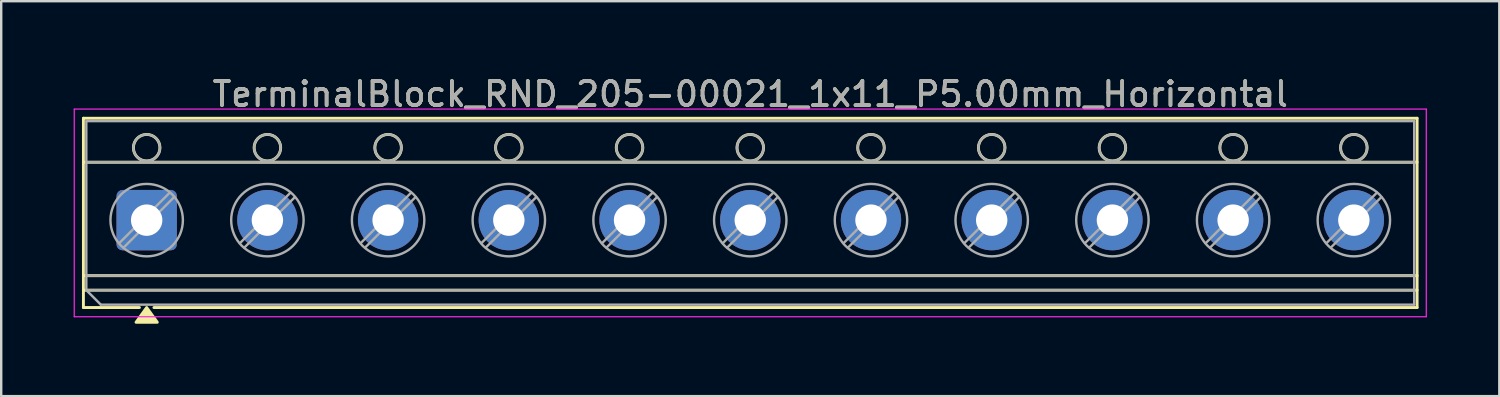
<source format=kicad_pcb>
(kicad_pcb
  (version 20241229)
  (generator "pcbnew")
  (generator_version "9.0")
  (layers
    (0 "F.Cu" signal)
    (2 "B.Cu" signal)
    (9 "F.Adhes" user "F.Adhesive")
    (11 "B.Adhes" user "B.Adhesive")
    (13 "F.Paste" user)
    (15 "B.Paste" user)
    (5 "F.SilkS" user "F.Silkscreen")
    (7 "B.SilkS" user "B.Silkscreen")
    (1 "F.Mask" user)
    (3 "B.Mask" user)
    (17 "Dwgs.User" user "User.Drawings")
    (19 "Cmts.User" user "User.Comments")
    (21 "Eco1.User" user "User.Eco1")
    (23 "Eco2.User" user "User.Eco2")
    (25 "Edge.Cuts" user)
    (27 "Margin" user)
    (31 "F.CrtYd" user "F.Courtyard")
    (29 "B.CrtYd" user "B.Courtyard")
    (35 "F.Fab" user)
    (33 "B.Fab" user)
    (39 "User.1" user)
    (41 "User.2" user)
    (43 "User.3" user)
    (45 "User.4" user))
  (footprint "TerminalBlock_RND_205-00021_1x11_P5.00mm_Horizontal"
    (layer "F.Cu")
    (at 3.025 6.068)
    (property "Reference" "TerminalBlock_RND_205-00021_1x11_P5.00mm_Horizontal" (at 25 -5.22 0) (layer "F.SilkS") (effects (font (size 1 1) (thickness 0.15))))
    (attr through_hole)
    (fp_line (start -2.62 -4.22) (end -2.62 3.62) (stroke (width 0.12) (type solid)) (layer "F.SilkS"))
    (fp_line (start -2.62 -4.22) (end 52.62 -4.22) (stroke (width 0.12) (type solid)) (layer "F.SilkS"))
    (fp_line (start -2.62 -2.4) (end 52.62 -2.4) (stroke (width 0.12) (type solid)) (layer "F.SilkS"))
    (fp_line (start -2.62 2.3) (end 52.62 2.3) (stroke (width 0.12) (type solid)) (layer "F.SilkS"))
    (fp_line (start -2.62 2.9) (end 52.62 2.9) (stroke (width 0.12) (type solid)) (layer "F.SilkS"))
    (fp_line (start -2.62 3.62) (end -0.3 3.62) (stroke (width 0.12) (type solid)) (layer "F.SilkS"))
    (fp_line (start 0.3 3.62) (end 52.62 3.62) (stroke (width 0.12) (type solid)) (layer "F.SilkS"))
    (fp_line (start 52.62 -4.22) (end 52.62 3.62) (stroke (width 0.12) (type solid)) (layer "F.SilkS"))
    (fp_circle (center 0 -3) (end 0.55 -3) (stroke (width 0.12) (type solid)) (fill no) (layer "F.SilkS"))
    (fp_circle (center 5 -3) (end 5.55 -3) (stroke (width 0.12) (type solid)) (fill no) (layer "F.SilkS"))
    (fp_circle (center 10 -3) (end 10.55 -3) (stroke (width 0.12) (type solid)) (fill no) (layer "F.SilkS"))
    (fp_circle (center 15 -3) (end 15.55 -3) (stroke (width 0.12) (type solid)) (fill no) (layer "F.SilkS"))
    (fp_circle (center 20 -3) (end 20.55 -3) (stroke (width 0.12) (type solid)) (fill no) (layer "F.SilkS"))
    (fp_circle (center 25 -3) (end 25.55 -3) (stroke (width 0.12) (type solid)) (fill no) (layer "F.SilkS"))
    (fp_circle (center 30 -3) (end 30.55 -3) (stroke (width 0.12) (type solid)) (fill no) (layer "F.SilkS"))
    (fp_circle (center 35 -3) (end 35.55 -3) (stroke (width 0.12) (type solid)) (fill no) (layer "F.SilkS"))
    (fp_circle (center 40 -3) (end 40.55 -3) (stroke (width 0.12) (type solid)) (fill no) (layer "F.SilkS"))
    (fp_circle (center 45 -3) (end 45.55 -3) (stroke (width 0.12) (type solid)) (fill no) (layer "F.SilkS"))
    (fp_circle (center 50 -3) (end 50.55 -3) (stroke (width 0.12) (type solid)) (fill no) (layer "F.SilkS"))
    (fp_poly (pts (xy 0 3.62) (xy 0.44 4.23) (xy -0.44 4.23)) (stroke (width 0.12) (type solid)) (fill yes) (layer "F.SilkS"))
    (fp_line (start -3 -4.6) (end -3 4) (stroke (width 0.05) (type solid)) (layer "F.CrtYd"))
    (fp_line (start -3 4) (end 53 4) (stroke (width 0.05) (type solid)) (layer "F.CrtYd"))
    (fp_line (start 53 -4.6) (end -3 -4.6) (stroke (width 0.05) (type solid)) (layer "F.CrtYd"))
    (fp_line (start 53 4) (end 53 -4.6) (stroke (width 0.05) (type solid)) (layer "F.CrtYd"))
    (fp_line (start -2.5 -4.1) (end 52.5 -4.1) (stroke (width 0.1) (type solid)) (layer "F.Fab"))
    (fp_line (start -2.5 -2.4) (end 52.5 -2.4) (stroke (width 0.1) (type solid)) (layer "F.Fab"))
    (fp_line (start -2.5 2.3) (end 52.5 2.3) (stroke (width 0.1) (type solid)) (layer "F.Fab"))
    (fp_line (start -2.5 2.9) (end -2.5 -4.1) (stroke (width 0.1) (type solid)) (layer "F.Fab"))
    (fp_line (start -2.5 2.9) (end 52.5 2.9) (stroke (width 0.1) (type solid)) (layer "F.Fab"))
    (fp_line (start -1.9 3.5) (end -2.5 2.9) (stroke (width 0.1) (type solid)) (layer "F.Fab"))
    (fp_line (start 0.955 -1.138) (end -1.138 0.954) (stroke (width 0.1) (type solid)) (layer "F.Fab"))
    (fp_line (start 1.138 -0.954) (end -0.955 1.137) (stroke (width 0.1) (type solid)) (layer "F.Fab"))
    (fp_line (start 5.955 -1.138) (end 3.862 0.954) (stroke (width 0.1) (type solid)) (layer "F.Fab"))
    (fp_line (start 6.138 -0.954) (end 4.045 1.137) (stroke (width 0.1) (type solid)) (layer "F.Fab"))
    (fp_line (start 10.955 -1.138) (end 8.862 0.954) (stroke (width 0.1) (type solid)) (layer "F.Fab"))
    (fp_line (start 11.138 -0.954) (end 9.045 1.137) (stroke (width 0.1) (type solid)) (layer "F.Fab"))
    (fp_line (start 15.955 -1.138) (end 13.862 0.954) (stroke (width 0.1) (type solid)) (layer "F.Fab"))
    (fp_line (start 16.138 -0.954) (end 14.045 1.137) (stroke (width 0.1) (type solid)) (layer "F.Fab"))
    (fp_line (start 20.955 -1.138) (end 18.862 0.954) (stroke (width 0.1) (type solid)) (layer "F.Fab"))
    (fp_line (start 21.138 -0.954) (end 19.045 1.137) (stroke (width 0.1) (type solid)) (layer "F.Fab"))
    (fp_line (start 25.955 -1.138) (end 23.862 0.954) (stroke (width 0.1) (type solid)) (layer "F.Fab"))
    (fp_line (start 26.138 -0.954) (end 24.045 1.137) (stroke (width 0.1) (type solid)) (layer "F.Fab"))
    (fp_line (start 30.955 -1.138) (end 28.862 0.954) (stroke (width 0.1) (type solid)) (layer "F.Fab"))
    (fp_line (start 31.138 -0.954) (end 29.045 1.137) (stroke (width 0.1) (type solid)) (layer "F.Fab"))
    (fp_line (start 35.955 -1.138) (end 33.862 0.954) (stroke (width 0.1) (type solid)) (layer "F.Fab"))
    (fp_line (start 36.138 -0.954) (end 34.045 1.137) (stroke (width 0.1) (type solid)) (layer "F.Fab"))
    (fp_line (start 40.955 -1.138) (end 38.862 0.954) (stroke (width 0.1) (type solid)) (layer "F.Fab"))
    (fp_line (start 41.138 -0.954) (end 39.045 1.137) (stroke (width 0.1) (type solid)) (layer "F.Fab"))
    (fp_line (start 45.955 -1.138) (end 43.862 0.954) (stroke (width 0.1) (type solid)) (layer "F.Fab"))
    (fp_line (start 46.138 -0.954) (end 44.045 1.137) (stroke (width 0.1) (type solid)) (layer "F.Fab"))
    (fp_line (start 50.955 -1.138) (end 48.862 0.954) (stroke (width 0.1) (type solid)) (layer "F.Fab"))
    (fp_line (start 51.138 -0.954) (end 49.045 1.137) (stroke (width 0.1) (type solid)) (layer "F.Fab"))
    (fp_line (start 52.5 -4.1) (end 52.5 3.5) (stroke (width 0.1) (type solid)) (layer "F.Fab"))
    (fp_line (start 52.5 3.5) (end -1.9 3.5) (stroke (width 0.1) (type solid)) (layer "F.Fab"))
    (fp_circle (center 0 -3) (end 0.55 -3) (stroke (width 0.1) (type solid)) (fill no) (layer "F.Fab"))
    (fp_circle (center 0 0) (end 1.5 0) (stroke (width 0.1) (type solid)) (fill no) (layer "F.Fab"))
    (fp_circle (center 5 -3) (end 5.55 -3) (stroke (width 0.1) (type solid)) (fill no) (layer "F.Fab"))
    (fp_circle (center 5 0) (end 6.5 0) (stroke (width 0.1) (type solid)) (fill no) (layer "F.Fab"))
    (fp_circle (center 10 -3) (end 10.55 -3) (stroke (width 0.1) (type solid)) (fill no) (layer "F.Fab"))
    (fp_circle (center 10 0) (end 11.5 0) (stroke (width 0.1) (type solid)) (fill no) (layer "F.Fab"))
    (fp_circle (center 15 -3) (end 15.55 -3) (stroke (width 0.1) (type solid)) (fill no) (layer "F.Fab"))
    (fp_circle (center 15 0) (end 16.5 0) (stroke (width 0.1) (type solid)) (fill no) (layer "F.Fab"))
    (fp_circle (center 20 -3) (end 20.55 -3) (stroke (width 0.1) (type solid)) (fill no) (layer "F.Fab"))
    (fp_circle (center 20 0) (end 21.5 0) (stroke (width 0.1) (type solid)) (fill no) (layer "F.Fab"))
    (fp_circle (center 25 -3) (end 25.55 -3) (stroke (width 0.1) (type solid)) (fill no) (layer "F.Fab"))
    (fp_circle (center 25 0) (end 26.5 0) (stroke (width 0.1) (type solid)) (fill no) (layer "F.Fab"))
    (fp_circle (center 30 -3) (end 30.55 -3) (stroke (width 0.1) (type solid)) (fill no) (layer "F.Fab"))
    (fp_circle (center 30 0) (end 31.5 0) (stroke (width 0.1) (type solid)) (fill no) (layer "F.Fab"))
    (fp_circle (center 35 -3) (end 35.55 -3) (stroke (width 0.1) (type solid)) (fill no) (layer "F.Fab"))
    (fp_circle (center 35 0) (end 36.5 0) (stroke (width 0.1) (type solid)) (fill no) (layer "F.Fab"))
    (fp_circle (center 40 -3) (end 40.55 -3) (stroke (width 0.1) (type solid)) (fill no) (layer "F.Fab"))
    (fp_circle (center 40 0) (end 41.5 0) (stroke (width 0.1) (type solid)) (fill no) (layer "F.Fab"))
    (fp_circle (center 45 -3) (end 45.55 -3) (stroke (width 0.1) (type solid)) (fill no) (layer "F.Fab"))
    (fp_circle (center 45 0) (end 46.5 0) (stroke (width 0.1) (type solid)) (fill no) (layer "F.Fab"))
    (fp_circle (center 50 -3) (end 50.55 -3) (stroke (width 0.1) (type solid)) (fill no) (layer "F.Fab"))
    (fp_circle (center 50 0) (end 51.5 0) (stroke (width 0.1) (type solid)) (fill no) (layer "F.Fab"))
    (fp_text user "${REFERENCE}" (at 25 -5.22 0) (layer "F.Fab") (effects (font (size 1 1) (thickness 0.15))))
    (pad "1" thru_hole roundrect (at 0 0) (size 2.5 2.5) (drill 1.3) (layers "*.Cu" "*.Mask") (roundrect_rratio 0.1))
    (pad "2" thru_hole circle (at 5 0) (size 2.5 2.5) (drill 1.3) (layers "*.Cu" "*.Mask"))
    (pad "3" thru_hole circle (at 10 0) (size 2.5 2.5) (drill 1.3) (layers "*.Cu" "*.Mask"))
    (pad "4" thru_hole circle (at 15 0) (size 2.5 2.5) (drill 1.3) (layers "*.Cu" "*.Mask"))
    (pad "5" thru_hole circle (at 20 0) (size 2.5 2.5) (drill 1.3) (layers "*.Cu" "*.Mask"))
    (pad "6" thru_hole circle (at 25 0) (size 2.5 2.5) (drill 1.3) (layers "*.Cu" "*.Mask"))
    (pad "7" thru_hole circle (at 30 0) (size 2.5 2.5) (drill 1.3) (layers "*.Cu" "*.Mask"))
    (pad "8" thru_hole circle (at 35 0) (size 2.5 2.5) (drill 1.3) (layers "*.Cu" "*.Mask"))
    (pad "9" thru_hole circle (at 40 0) (size 2.5 2.5) (drill 1.3) (layers "*.Cu" "*.Mask"))
    (pad "10" thru_hole circle (at 45 0) (size 2.5 2.5) (drill 1.3) (layers "*.Cu" "*.Mask"))
    (pad "11" thru_hole circle (at 50 0) (size 2.5 2.5) (drill 1.3) (layers "*.Cu" "*.Mask")))
  (gr_rect
    (start -3 -3)
    (end 59.05 13.358)
    (stroke (width 0.1) (type default))
    (fill no)
    (layer "Edge.Cuts")))
</source>
